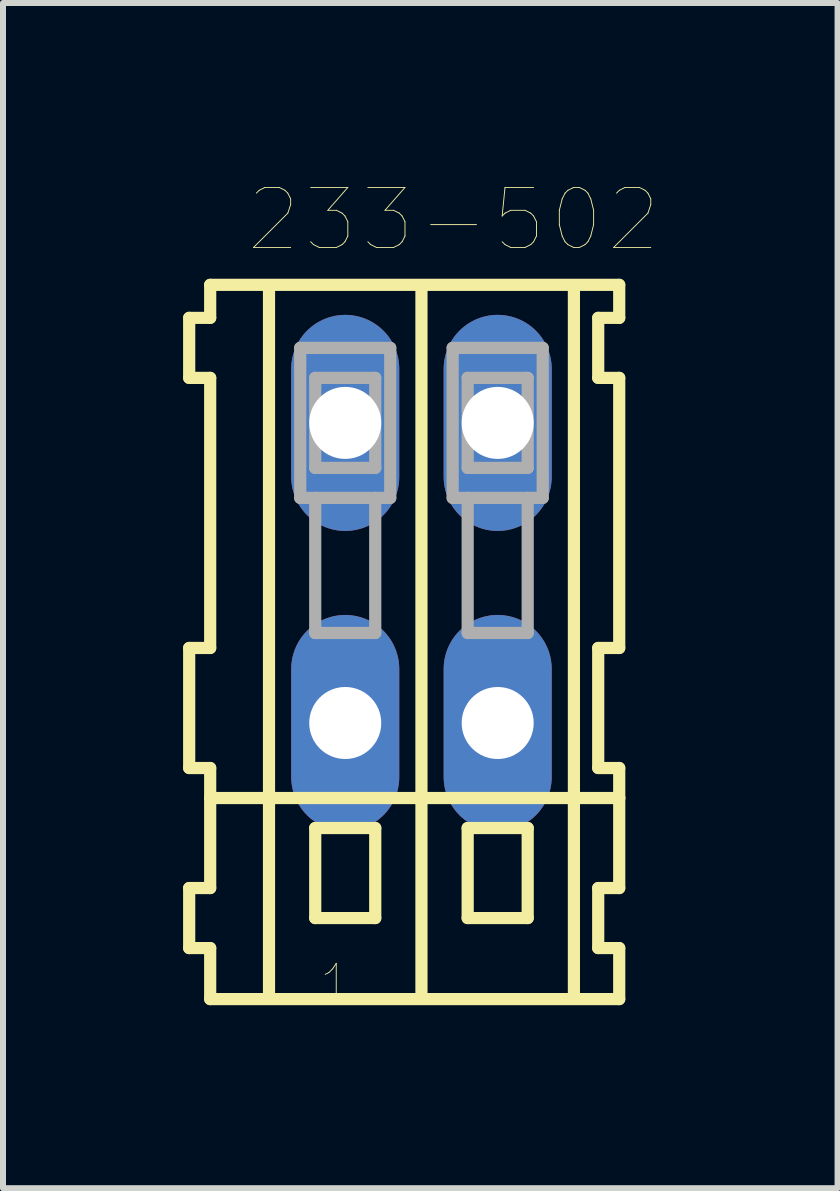
<source format=kicad_pcb>
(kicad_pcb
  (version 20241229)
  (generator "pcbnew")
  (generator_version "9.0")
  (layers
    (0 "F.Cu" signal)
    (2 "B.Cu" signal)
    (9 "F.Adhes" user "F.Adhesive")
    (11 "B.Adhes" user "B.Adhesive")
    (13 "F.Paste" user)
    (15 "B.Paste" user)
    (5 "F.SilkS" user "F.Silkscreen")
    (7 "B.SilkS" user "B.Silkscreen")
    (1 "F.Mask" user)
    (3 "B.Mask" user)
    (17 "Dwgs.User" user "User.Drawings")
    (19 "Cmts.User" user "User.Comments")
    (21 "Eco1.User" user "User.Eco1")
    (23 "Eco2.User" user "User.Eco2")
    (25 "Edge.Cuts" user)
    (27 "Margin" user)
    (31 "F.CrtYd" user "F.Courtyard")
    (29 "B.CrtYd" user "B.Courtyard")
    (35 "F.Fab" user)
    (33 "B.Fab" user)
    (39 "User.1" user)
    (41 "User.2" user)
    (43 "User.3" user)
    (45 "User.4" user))
  (footprint "233-502"
    (layer "F.Cu")
    (at 3.972 6.496)
    (property "Reference" "233-502" (at 0.535 -5.885 0) (layer "F.SilkS") (effects (font (size 1 1) (thickness 0.015))))
    (attr through_hole)
    (fp_line (start -3.87 -4.25) (end -3.87 -3.25) (stroke (width 0.203) (type solid)) (layer "F.SilkS"))
    (fp_line (start -3.87 -3.25) (end -3.52 -3.25) (stroke (width 0.203) (type solid)) (layer "F.SilkS"))
    (fp_line (start -3.87 1.25) (end -3.87 3.25) (stroke (width 0.203) (type solid)) (layer "F.SilkS"))
    (fp_line (start -3.87 3.25) (end -3.52 3.25) (stroke (width 0.203) (type solid)) (layer "F.SilkS"))
    (fp_line (start -3.87 5.25) (end -3.87 6.25) (stroke (width 0.203) (type solid)) (layer "F.SilkS"))
    (fp_line (start -3.87 6.25) (end -3.52 6.25) (stroke (width 0.203) (type solid)) (layer "F.SilkS"))
    (fp_line (start -3.52 -4.8) (end -3.52 -4.25) (stroke (width 0.203) (type solid)) (layer "F.SilkS"))
    (fp_line (start -3.52 -4.25) (end -3.87 -4.25) (stroke (width 0.203) (type solid)) (layer "F.SilkS"))
    (fp_line (start -3.52 -3.25) (end -3.52 1.25) (stroke (width 0.203) (type solid)) (layer "F.SilkS"))
    (fp_line (start -3.52 1.25) (end -3.87 1.25) (stroke (width 0.203) (type solid)) (layer "F.SilkS"))
    (fp_line (start -3.52 3.25) (end -3.52 5.25) (stroke (width 0.203) (type solid)) (layer "F.SilkS"))
    (fp_line (start -3.52 3.75) (end 3.295 3.75) (stroke (width 0.203) (type solid)) (layer "F.SilkS"))
    (fp_line (start -3.52 5.25) (end -3.87 5.25) (stroke (width 0.203) (type solid)) (layer "F.SilkS"))
    (fp_line (start -3.52 6.25) (end -3.52 7.1) (stroke (width 0.203) (type solid)) (layer "F.SilkS"))
    (fp_line (start -3.52 7.1) (end 3.295 7.1) (stroke (width 0.203) (type solid)) (layer "F.SilkS"))
    (fp_line (start -2.54 6.985) (end -2.54 -4.699) (stroke (width 0.203) (type solid)) (layer "F.SilkS"))
    (fp_line (start -1.77 4.25) (end -1.77 5.75) (stroke (width 0.203) (type solid)) (layer "F.SilkS"))
    (fp_line (start -1.77 5.75) (end -0.77 5.75) (stroke (width 0.203) (type solid)) (layer "F.SilkS"))
    (fp_line (start -0.77 4.25) (end -1.77 4.25) (stroke (width 0.203) (type solid)) (layer "F.SilkS"))
    (fp_line (start -0.77 5.75) (end -0.77 4.25) (stroke (width 0.203) (type solid)) (layer "F.SilkS"))
    (fp_line (start 0 6.985) (end 0 -4.699) (stroke (width 0.203) (type solid)) (layer "F.SilkS"))
    (fp_line (start 0.77 4.25) (end 0.77 5.75) (stroke (width 0.203) (type solid)) (layer "F.SilkS"))
    (fp_line (start 0.77 5.75) (end 1.77 5.75) (stroke (width 0.203) (type solid)) (layer "F.SilkS"))
    (fp_line (start 1.77 4.25) (end 0.77 4.25) (stroke (width 0.203) (type solid)) (layer "F.SilkS"))
    (fp_line (start 1.77 5.75) (end 1.77 4.25) (stroke (width 0.203) (type solid)) (layer "F.SilkS"))
    (fp_line (start 2.54 6.985) (end 2.54 -4.699) (stroke (width 0.203) (type solid)) (layer "F.SilkS"))
    (fp_line (start 2.945 -4.25) (end 2.945 -3.25) (stroke (width 0.203) (type solid)) (layer "F.SilkS"))
    (fp_line (start 2.945 -3.25) (end 3.295 -3.25) (stroke (width 0.203) (type solid)) (layer "F.SilkS"))
    (fp_line (start 2.945 1.25) (end 2.945 3.25) (stroke (width 0.203) (type solid)) (layer "F.SilkS"))
    (fp_line (start 2.945 3.25) (end 3.295 3.25) (stroke (width 0.203) (type solid)) (layer "F.SilkS"))
    (fp_line (start 2.945 5.25) (end 2.945 6.25) (stroke (width 0.203) (type solid)) (layer "F.SilkS"))
    (fp_line (start 2.945 6.25) (end 3.295 6.25) (stroke (width 0.203) (type solid)) (layer "F.SilkS"))
    (fp_line (start 3.295 -4.8) (end -3.52 -4.8) (stroke (width 0.203) (type solid)) (layer "F.SilkS"))
    (fp_line (start 3.295 -4.25) (end 2.945 -4.25) (stroke (width 0.203) (type solid)) (layer "F.SilkS"))
    (fp_line (start 3.295 -4.25) (end 3.295 -4.8) (stroke (width 0.203) (type solid)) (layer "F.SilkS"))
    (fp_line (start 3.295 1.25) (end 2.945 1.25) (stroke (width 0.203) (type solid)) (layer "F.SilkS"))
    (fp_line (start 3.295 1.25) (end 3.295 -3.25) (stroke (width 0.203) (type solid)) (layer "F.SilkS"))
    (fp_line (start 3.295 3.75) (end 3.295 3.25) (stroke (width 0.203) (type solid)) (layer "F.SilkS"))
    (fp_line (start 3.295 5.25) (end 2.945 5.25) (stroke (width 0.203) (type solid)) (layer "F.SilkS"))
    (fp_line (start 3.295 5.25) (end 3.295 3.75) (stroke (width 0.203) (type solid)) (layer "F.SilkS"))
    (fp_line (start 3.295 7.1) (end 3.295 6.25) (stroke (width 0.203) (type solid)) (layer "F.SilkS"))
    (fp_line (start -2.02 -3.75) (end -2.02 -1.25) (stroke (width 0.203) (type solid)) (layer "F.Fab"))
    (fp_line (start -2.02 -1.25) (end -1.77 -1.25) (stroke (width 0.203) (type solid)) (layer "F.Fab"))
    (fp_line (start -1.77 -3.25) (end -1.77 -1.75) (stroke (width 0.203) (type solid)) (layer "F.Fab"))
    (fp_line (start -1.77 -1.75) (end -0.77 -1.75) (stroke (width 0.203) (type solid)) (layer "F.Fab"))
    (fp_line (start -1.77 -1.25) (end -1.77 1) (stroke (width 0.203) (type solid)) (layer "F.Fab"))
    (fp_line (start -1.77 -1.25) (end -0.77 -1.25) (stroke (width 0.203) (type solid)) (layer "F.Fab"))
    (fp_line (start -1.77 1) (end -0.77 1) (stroke (width 0.203) (type solid)) (layer "F.Fab"))
    (fp_line (start -0.77 -3.25) (end -1.77 -3.25) (stroke (width 0.203) (type solid)) (layer "F.Fab"))
    (fp_line (start -0.77 -1.75) (end -0.77 -3.25) (stroke (width 0.203) (type solid)) (layer "F.Fab"))
    (fp_line (start -0.77 -1.25) (end -0.52 -1.25) (stroke (width 0.203) (type solid)) (layer "F.Fab"))
    (fp_line (start -0.77 1) (end -0.77 -1.25) (stroke (width 0.203) (type solid)) (layer "F.Fab"))
    (fp_line (start -0.52 -3.75) (end -2.02 -3.75) (stroke (width 0.203) (type solid)) (layer "F.Fab"))
    (fp_line (start -0.52 -1.25) (end -0.52 -3.75) (stroke (width 0.203) (type solid)) (layer "F.Fab"))
    (fp_line (start 0.52 -3.75) (end 0.52 -1.25) (stroke (width 0.203) (type solid)) (layer "F.Fab"))
    (fp_line (start 0.52 -1.25) (end 0.77 -1.25) (stroke (width 0.203) (type solid)) (layer "F.Fab"))
    (fp_line (start 0.77 -3.25) (end 0.77 -1.75) (stroke (width 0.203) (type solid)) (layer "F.Fab"))
    (fp_line (start 0.77 -1.75) (end 1.77 -1.75) (stroke (width 0.203) (type solid)) (layer "F.Fab"))
    (fp_line (start 0.77 -1.25) (end 0.77 1) (stroke (width 0.203) (type solid)) (layer "F.Fab"))
    (fp_line (start 0.77 -1.25) (end 1.77 -1.25) (stroke (width 0.203) (type solid)) (layer "F.Fab"))
    (fp_line (start 0.77 1) (end 1.77 1) (stroke (width 0.203) (type solid)) (layer "F.Fab"))
    (fp_line (start 1.77 -3.25) (end 0.77 -3.25) (stroke (width 0.203) (type solid)) (layer "F.Fab"))
    (fp_line (start 1.77 -1.75) (end 1.77 -3.25) (stroke (width 0.203) (type solid)) (layer "F.Fab"))
    (fp_line (start 1.77 -1.25) (end 2.02 -1.25) (stroke (width 0.203) (type solid)) (layer "F.Fab"))
    (fp_line (start 1.77 1) (end 1.77 -1.25) (stroke (width 0.203) (type solid)) (layer "F.Fab"))
    (fp_line (start 2.02 -3.75) (end 0.52 -3.75) (stroke (width 0.203) (type solid)) (layer "F.Fab"))
    (fp_line (start 2.02 -1.25) (end 2.02 -3.75) (stroke (width 0.203) (type solid)) (layer "F.Fab"))
    (fp_text user "1" (at -1.42 6.85 0) (layer "F.SilkS") (effects (font (size 0.64 0.64) (thickness 0.015))))
    (pad "A1" thru_hole oval (at -1.27 -2.5) (size 1.8 3.6) (drill 1.2) (layers "*.Cu" "*.Mask"))
    (pad "A2" thru_hole oval (at 1.27 -2.5) (size 1.8 3.6) (drill 1.2) (layers "*.Cu" "*.Mask"))
    (pad "B1" thru_hole oval (at -1.27 2.5) (size 1.8 3.6) (drill 1.2) (layers "*.Cu" "*.Mask"))
    (pad "B2" thru_hole oval (at 1.27 2.5) (size 1.8 3.6) (drill 1.2) (layers "*.Cu" "*.Mask")))
  (gr_rect
    (start -3 -3)
    (end 10.905 16.747)
    (stroke (width 0.1) (type default))
    (fill no)
    (layer "Edge.Cuts")))
</source>
